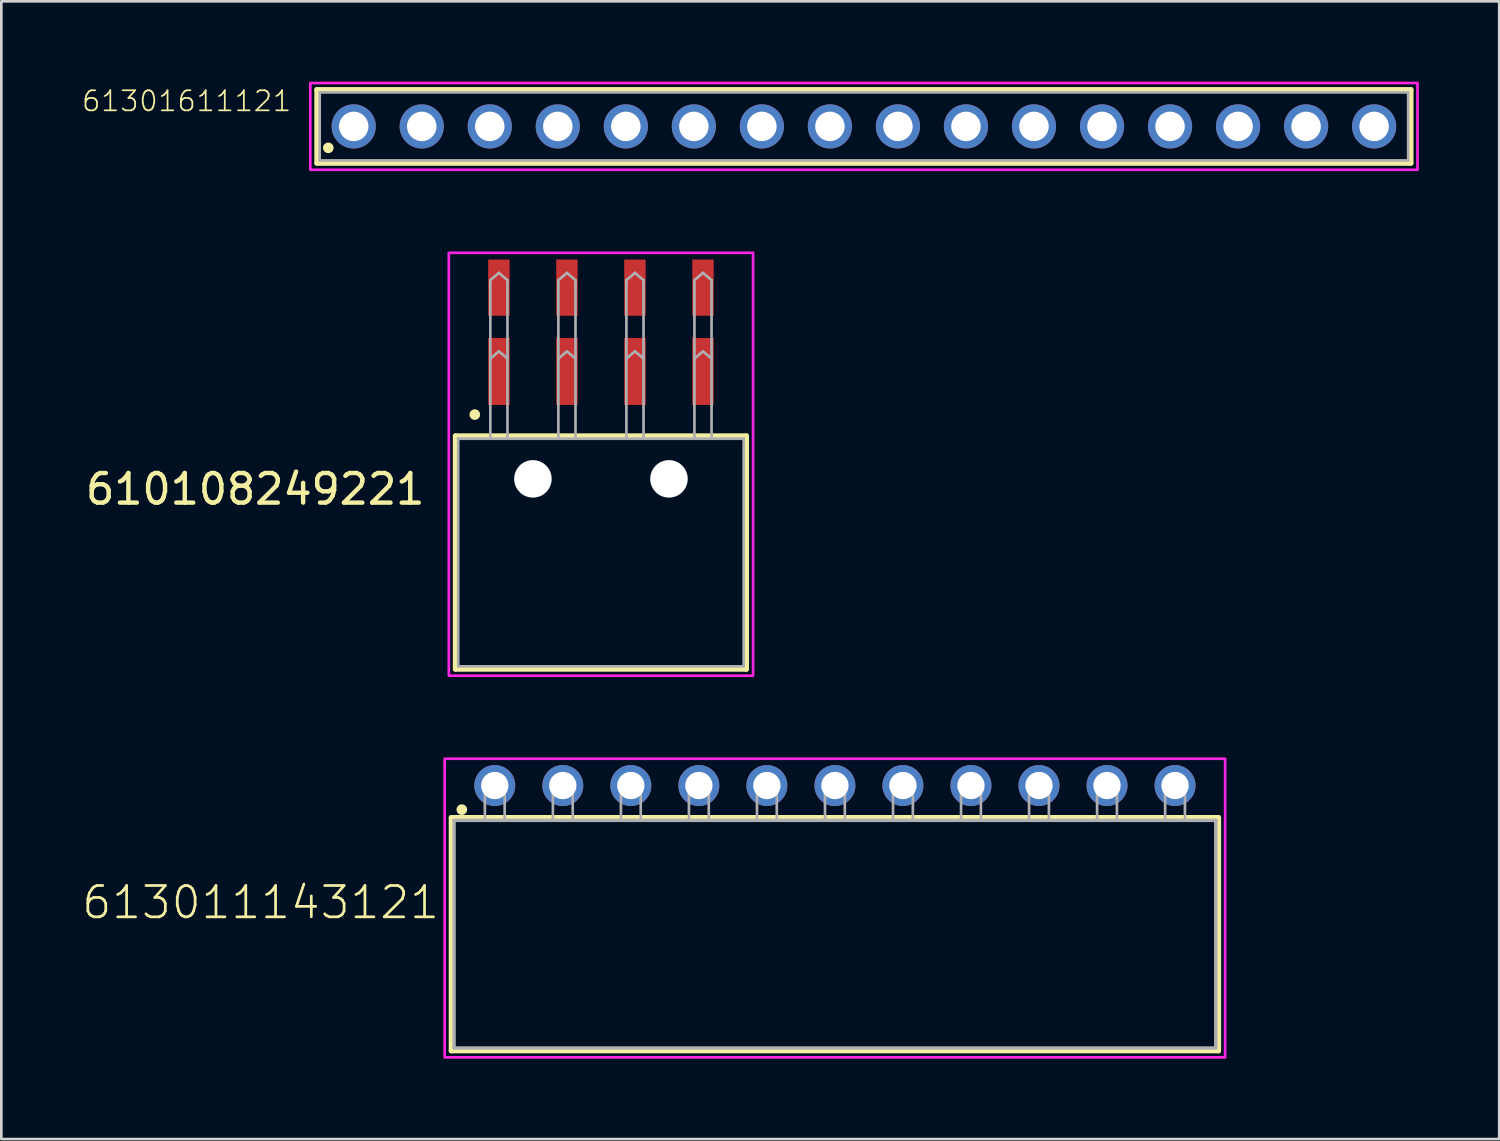
<source format=kicad_pcb>
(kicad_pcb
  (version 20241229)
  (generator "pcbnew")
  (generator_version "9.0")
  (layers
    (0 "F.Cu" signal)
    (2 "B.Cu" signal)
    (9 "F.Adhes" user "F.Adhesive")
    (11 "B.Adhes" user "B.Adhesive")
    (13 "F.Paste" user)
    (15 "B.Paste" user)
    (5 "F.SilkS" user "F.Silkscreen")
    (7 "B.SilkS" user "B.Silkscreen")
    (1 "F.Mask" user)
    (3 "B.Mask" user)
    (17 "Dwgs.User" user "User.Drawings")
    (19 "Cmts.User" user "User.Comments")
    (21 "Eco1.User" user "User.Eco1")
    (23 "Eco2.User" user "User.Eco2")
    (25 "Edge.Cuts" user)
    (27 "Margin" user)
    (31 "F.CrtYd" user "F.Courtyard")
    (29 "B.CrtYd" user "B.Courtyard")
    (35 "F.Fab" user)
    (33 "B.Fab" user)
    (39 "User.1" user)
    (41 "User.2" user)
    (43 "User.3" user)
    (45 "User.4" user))
  (footprint "610108249221"
    (layer "F.Cu")
    (at 19.388 17.58)
    (property "Reference" "610108249221" (at -6.486 -1.72 0) (unlocked yes) (layer "F.SilkS") (effects (font (size 1.105 1.105) (thickness 0.165)) (justify right bottom)))
    (fp_line (start -5.43 -4.35) (end 5.43 -4.35) (stroke (width 0.2) (type solid)) (layer "F.SilkS"))
    (fp_line (start -5.43 4.35) (end -5.43 -4.35) (stroke (width 0.2) (type solid)) (layer "F.SilkS"))
    (fp_line (start 5.43 -4.35) (end 5.43 4.35) (stroke (width 0.2) (type solid)) (layer "F.SilkS"))
    (fp_line (start 5.43 4.35) (end -5.43 4.35) (stroke (width 0.2) (type solid)) (layer "F.SilkS"))
    (fp_circle (center -4.71 -5.15) (end -4.61 -5.15) (stroke (width 0.2) (type solid)) (fill no) (layer "F.SilkS"))
    (fp_poly (pts (xy 5.68 4.6) (xy -5.68 4.6) (xy -5.68 -11.19) (xy 5.68 -11.19)) (stroke (width 0.1) (type default)) (fill no) (layer "F.CrtYd"))
    (fp_line (start -5.33 -4.25) (end -5.33 4.25) (stroke (width 0.1) (type solid)) (layer "F.Fab"))
    (fp_line (start -4.13 -10.17) (end -4.13 -4.25) (stroke (width 0.1) (type solid)) (layer "F.Fab"))
    (fp_line (start -4.13 -10.17) (end -3.81 -10.44) (stroke (width 0.1) (type solid)) (layer "F.Fab"))
    (fp_line (start -4.13 -7.24) (end -3.81 -7.51) (stroke (width 0.1) (type solid)) (layer "F.Fab"))
    (fp_line (start -4.13 -4.25) (end -5.33 -4.25) (stroke (width 0.1) (type solid)) (layer "F.Fab"))
    (fp_line (start -3.81 -10.44) (end -3.49 -10.17) (stroke (width 0.1) (type solid)) (layer "F.Fab"))
    (fp_line (start -3.81 -7.51) (end -3.49 -7.24) (stroke (width 0.1) (type solid)) (layer "F.Fab"))
    (fp_line (start -3.49 -10.17) (end -3.49 -4.25) (stroke (width 0.1) (type solid)) (layer "F.Fab"))
    (fp_line (start -3.49 -4.25) (end -4.13 -4.25) (stroke (width 0.1) (type solid)) (layer "F.Fab"))
    (fp_line (start -1.59 -10.17) (end -1.59 -4.25) (stroke (width 0.1) (type solid)) (layer "F.Fab"))
    (fp_line (start -1.59 -10.17) (end -1.27 -10.44) (stroke (width 0.1) (type solid)) (layer "F.Fab"))
    (fp_line (start -1.59 -7.24) (end -1.27 -7.51) (stroke (width 0.1) (type solid)) (layer "F.Fab"))
    (fp_line (start -1.27 -10.44) (end -0.95 -10.17) (stroke (width 0.1) (type solid)) (layer "F.Fab"))
    (fp_line (start -1.27 -7.51) (end -0.95 -7.24) (stroke (width 0.1) (type solid)) (layer "F.Fab"))
    (fp_line (start -0.95 -10.17) (end -0.95 -4.25) (stroke (width 0.1) (type solid)) (layer "F.Fab"))
    (fp_line (start 0.95 -10.17) (end 0.95 -4.25) (stroke (width 0.1) (type solid)) (layer "F.Fab"))
    (fp_line (start 0.95 -10.17) (end 1.27 -10.44) (stroke (width 0.1) (type solid)) (layer "F.Fab"))
    (fp_line (start 0.95 -7.24) (end 1.27 -7.51) (stroke (width 0.1) (type solid)) (layer "F.Fab"))
    (fp_line (start 1.27 -10.44) (end 1.59 -10.17) (stroke (width 0.1) (type solid)) (layer "F.Fab"))
    (fp_line (start 1.27 -7.51) (end 1.59 -7.24) (stroke (width 0.1) (type solid)) (layer "F.Fab"))
    (fp_line (start 1.59 -10.17) (end 1.59 -4.25) (stroke (width 0.1) (type solid)) (layer "F.Fab"))
    (fp_line (start 3.49 -10.17) (end 3.49 -4.25) (stroke (width 0.1) (type solid)) (layer "F.Fab"))
    (fp_line (start 3.49 -10.17) (end 3.81 -10.44) (stroke (width 0.1) (type solid)) (layer "F.Fab"))
    (fp_line (start 3.49 -7.24) (end 3.81 -7.51) (stroke (width 0.1) (type solid)) (layer "F.Fab"))
    (fp_line (start 3.81 -10.44) (end 4.13 -10.17) (stroke (width 0.1) (type solid)) (layer "F.Fab"))
    (fp_line (start 3.81 -7.51) (end 4.13 -7.24) (stroke (width 0.1) (type solid)) (layer "F.Fab"))
    (fp_line (start 4.13 -10.17) (end 4.13 -4.25) (stroke (width 0.1) (type solid)) (layer "F.Fab"))
    (fp_line (start 5.33 -4.25) (end -3.49 -4.25) (stroke (width 0.1) (type solid)) (layer "F.Fab"))
    (fp_line (start 5.33 -4.25) (end 5.33 4.25) (stroke (width 0.1) (type solid)) (layer "F.Fab"))
    (fp_line (start 5.33 4.25) (end -5.33 4.25) (stroke (width 0.1) (type solid)) (layer "F.Fab"))
    (pad "" np_thru_hole circle (at -2.54 -2.75) (size 1.4 1.4) (drill 1.4) (layers "*.Cu" "*.Mask"))
    (pad "" np_thru_hole circle (at 2.54 -2.75) (size 1.4 1.4) (drill 1.4) (layers "*.Cu" "*.Mask"))
    (pad "1" smd rect (at -3.81 -6.76 180) (size 0.8 2.5) (layers "F.Cu" "F.Mask" "F.Paste"))
    (pad "2" smd rect (at -3.81 -9.89 180) (size 0.8 2.1) (layers "F.Cu" "F.Mask" "F.Paste"))
    (pad "3" smd rect (at -1.27 -6.76 180) (size 0.8 2.5) (layers "F.Cu" "F.Mask" "F.Paste"))
    (pad "4" smd rect (at -1.27 -9.89 180) (size 0.8 2.1) (layers "F.Cu" "F.Mask" "F.Paste"))
    (pad "5" smd rect (at 1.27 -6.76 180) (size 0.8 2.5) (layers "F.Cu" "F.Mask" "F.Paste"))
    (pad "6" smd rect (at 1.27 -9.89 180) (size 0.8 2.1) (layers "F.Cu" "F.Mask" "F.Paste"))
    (pad "7" smd rect (at 3.81 -6.76 180) (size 0.8 2.5) (layers "F.Cu" "F.Mask" "F.Paste"))
    (pad "8" smd rect (at 3.81 -9.89 180) (size 0.8 2.1) (layers "F.Cu" "F.Mask" "F.Paste")))
  (footprint "613011143121"
    (layer "F.Cu")
    (at 28.124 31.83)
    (property "Reference" "613011143121" (at -14.7 -0.5 0) (unlocked yes) (layer "F.SilkS") (effects (font (size 1.168 1.168) (thickness 0.102)) (justify right bottom)))
    (fp_line (start -14.32 -4.35) (end 14.32 -4.35) (stroke (width 0.2) (type solid)) (layer "F.SilkS"))
    (fp_line (start -14.32 4.35) (end -14.32 -4.35) (stroke (width 0.2) (type solid)) (layer "F.SilkS"))
    (fp_line (start 14.32 -4.35) (end 14.32 4.35) (stroke (width 0.2) (type solid)) (layer "F.SilkS"))
    (fp_line (start 14.32 4.35) (end -14.32 4.35) (stroke (width 0.2) (type solid)) (layer "F.SilkS"))
    (fp_circle (center -13.93 -4.65) (end -13.83 -4.65) (stroke (width 0.2) (type solid)) (fill no) (layer "F.SilkS"))
    (fp_poly (pts (xy 14.57 4.6) (xy -14.57 4.6) (xy -14.57 -6.55) (xy 14.57 -6.55)) (stroke (width 0.1) (type default)) (fill no) (layer "F.CrtYd"))
    (fp_line (start -14.22 4.25) (end -14.22 -4.25) (stroke (width 0.127) (type solid)) (layer "F.Fab"))
    (fp_line (start -13.07 -5.35) (end -13.07 -4.25) (stroke (width 0.1) (type solid)) (layer "F.Fab"))
    (fp_line (start -13.07 -5.35) (end -12.33 -5.35) (stroke (width 0.1) (type solid)) (layer "F.Fab"))
    (fp_line (start -13.07 -4.25) (end -14.22 -4.25) (stroke (width 0.127) (type solid)) (layer "F.Fab"))
    (fp_line (start -12.33 -5.35) (end -12.33 -4.25) (stroke (width 0.1) (type solid)) (layer "F.Fab"))
    (fp_line (start -12.33 -4.25) (end -13.07 -4.25) (stroke (width 0.127) (type solid)) (layer "F.Fab"))
    (fp_line (start -10.53 -5.35) (end -10.53 -4.25) (stroke (width 0.1) (type solid)) (layer "F.Fab"))
    (fp_line (start -10.53 -5.35) (end -9.79 -5.35) (stroke (width 0.1) (type solid)) (layer "F.Fab"))
    (fp_line (start -9.79 -5.35) (end -9.79 -4.25) (stroke (width 0.1) (type solid)) (layer "F.Fab"))
    (fp_line (start -7.99 -5.35) (end -7.99 -4.25) (stroke (width 0.1) (type solid)) (layer "F.Fab"))
    (fp_line (start -7.99 -5.35) (end -7.25 -5.35) (stroke (width 0.1) (type solid)) (layer "F.Fab"))
    (fp_line (start -7.25 -5.35) (end -7.25 -4.25) (stroke (width 0.1) (type solid)) (layer "F.Fab"))
    (fp_line (start -5.45 -5.35) (end -5.45 -4.25) (stroke (width 0.1) (type solid)) (layer "F.Fab"))
    (fp_line (start -5.45 -5.35) (end -4.71 -5.35) (stroke (width 0.1) (type solid)) (layer "F.Fab"))
    (fp_line (start -4.71 -5.35) (end -4.71 -4.25) (stroke (width 0.1) (type solid)) (layer "F.Fab"))
    (fp_line (start -2.91 -5.35) (end -2.91 -4.25) (stroke (width 0.1) (type solid)) (layer "F.Fab"))
    (fp_line (start -2.91 -5.35) (end -2.17 -5.35) (stroke (width 0.1) (type solid)) (layer "F.Fab"))
    (fp_line (start -2.17 -5.35) (end -2.17 -4.25) (stroke (width 0.1) (type solid)) (layer "F.Fab"))
    (fp_line (start -0.37 -5.35) (end -0.37 -4.25) (stroke (width 0.1) (type solid)) (layer "F.Fab"))
    (fp_line (start -0.37 -5.35) (end 0.37 -5.35) (stroke (width 0.1) (type solid)) (layer "F.Fab"))
    (fp_line (start 0.37 -5.35) (end 0.37 -4.25) (stroke (width 0.1) (type solid)) (layer "F.Fab"))
    (fp_line (start 2.17 -5.35) (end 2.17 -4.25) (stroke (width 0.1) (type solid)) (layer "F.Fab"))
    (fp_line (start 2.17 -5.35) (end 2.91 -5.35) (stroke (width 0.1) (type solid)) (layer "F.Fab"))
    (fp_line (start 2.91 -5.35) (end 2.91 -4.25) (stroke (width 0.1) (type solid)) (layer "F.Fab"))
    (fp_line (start 4.71 -5.35) (end 4.71 -4.25) (stroke (width 0.1) (type solid)) (layer "F.Fab"))
    (fp_line (start 4.71 -5.35) (end 5.45 -5.35) (stroke (width 0.1) (type solid)) (layer "F.Fab"))
    (fp_line (start 5.45 -5.35) (end 5.45 -4.25) (stroke (width 0.1) (type solid)) (layer "F.Fab"))
    (fp_line (start 7.25 -5.35) (end 7.25 -4.25) (stroke (width 0.1) (type solid)) (layer "F.Fab"))
    (fp_line (start 7.25 -5.35) (end 7.99 -5.35) (stroke (width 0.1) (type solid)) (layer "F.Fab"))
    (fp_line (start 7.99 -5.35) (end 7.99 -4.25) (stroke (width 0.1) (type solid)) (layer "F.Fab"))
    (fp_line (start 9.79 -5.35) (end 9.79 -4.25) (stroke (width 0.1) (type solid)) (layer "F.Fab"))
    (fp_line (start 9.79 -5.35) (end 10.53 -5.35) (stroke (width 0.1) (type solid)) (layer "F.Fab"))
    (fp_line (start 10.53 -5.35) (end 10.53 -4.25) (stroke (width 0.1) (type solid)) (layer "F.Fab"))
    (fp_line (start 12.33 -5.35) (end 12.33 -4.25) (stroke (width 0.1) (type solid)) (layer "F.Fab"))
    (fp_line (start 12.33 -5.35) (end 13.07 -5.35) (stroke (width 0.1) (type solid)) (layer "F.Fab"))
    (fp_line (start 13.07 -5.35) (end 13.07 -4.25) (stroke (width 0.1) (type solid)) (layer "F.Fab"))
    (fp_line (start 14.22 -4.25) (end -12.33 -4.25) (stroke (width 0.127) (type solid)) (layer "F.Fab"))
    (fp_line (start 14.22 4.25) (end -14.22 4.25) (stroke (width 0.127) (type solid)) (layer "F.Fab"))
    (fp_line (start 14.22 4.25) (end 14.22 -4.25) (stroke (width 0.127) (type solid)) (layer "F.Fab"))
    (pad "1" thru_hole circle (at -12.7 -5.55 180) (size 1.53 1.53) (drill 1.02) (layers "*.Cu" "*.Mask"))
    (pad "2" thru_hole circle (at -10.16 -5.55 180) (size 1.53 1.53) (drill 1.02) (layers "*.Cu" "*.Mask"))
    (pad "3" thru_hole circle (at -7.62 -5.55 180) (size 1.53 1.53) (drill 1.02) (layers "*.Cu" "*.Mask"))
    (pad "4" thru_hole circle (at -5.08 -5.55 180) (size 1.53 1.53) (drill 1.02) (layers "*.Cu" "*.Mask"))
    (pad "5" thru_hole circle (at -2.54 -5.55 180) (size 1.53 1.53) (drill 1.02) (layers "*.Cu" "*.Mask"))
    (pad "6" thru_hole circle (at 0 -5.55 180) (size 1.53 1.53) (drill 1.02) (layers "*.Cu" "*.Mask"))
    (pad "7" thru_hole circle (at 2.54 -5.55 180) (size 1.53 1.53) (drill 1.02) (layers "*.Cu" "*.Mask"))
    (pad "8" thru_hole circle (at 5.08 -5.55 180) (size 1.53 1.53) (drill 1.02) (layers "*.Cu" "*.Mask"))
    (pad "9" thru_hole circle (at 7.62 -5.55 180) (size 1.53 1.53) (drill 1.02) (layers "*.Cu" "*.Mask"))
    (pad "10" thru_hole circle (at 10.16 -5.55 180) (size 1.53 1.53) (drill 1.02) (layers "*.Cu" "*.Mask"))
    (pad "11" thru_hole circle (at 12.7 -5.55 180) (size 1.53 1.53) (drill 1.02) (layers "*.Cu" "*.Mask")))
  (footprint "61301611121"
    (layer "F.Cu")
    (at 29.207 1.67)
    (property "Reference" "61301611121" (at -21.328 -0.506 0) (unlocked yes) (layer "F.SilkS") (effects (font (size 0.748 0.748) (thickness 0.065)) (justify right bottom)))
    (fp_line (start -20.42 -1.37) (end 20.42 -1.37) (stroke (width 0.2) (type solid)) (layer "F.SilkS"))
    (fp_line (start -20.42 1.37) (end -20.42 -1.37) (stroke (width 0.2) (type solid)) (layer "F.SilkS"))
    (fp_line (start 20.42 -1.37) (end 20.42 1.37) (stroke (width 0.2) (type solid)) (layer "F.SilkS"))
    (fp_line (start 20.42 1.37) (end -20.42 1.37) (stroke (width 0.2) (type solid)) (layer "F.SilkS"))
    (fp_circle (center -20 0.8) (end -19.9 0.8) (stroke (width 0.2) (type solid)) (fill no) (layer "F.SilkS"))
    (fp_poly (pts (xy 20.67 1.62) (xy -20.67 1.62) (xy -20.67 -1.62) (xy 20.67 -1.62)) (stroke (width 0.1) (type default)) (fill no) (layer "F.CrtYd"))
    (fp_line (start -20.32 -1.27) (end -20.32 1.27) (stroke (width 0.1) (type solid)) (layer "F.Fab"))
    (fp_line (start -20.32 1.27) (end 20.32 1.27) (stroke (width 0.1) (type solid)) (layer "F.Fab"))
    (fp_line (start 20.32 -1.27) (end -20.32 -1.27) (stroke (width 0.1) (type solid)) (layer "F.Fab"))
    (fp_line (start 20.32 1.27) (end 20.32 -1.27) (stroke (width 0.1) (type solid)) (layer "F.Fab"))
    (pad "1" thru_hole circle (at -19.05 0) (size 1.65 1.65) (drill 1.1) (layers "*.Cu" "*.Mask"))
    (pad "2" thru_hole circle (at -16.51 0) (size 1.65 1.65) (drill 1.1) (layers "*.Cu" "*.Mask"))
    (pad "3" thru_hole circle (at -13.97 0) (size 1.65 1.65) (drill 1.1) (layers "*.Cu" "*.Mask"))
    (pad "4" thru_hole circle (at -11.43 0) (size 1.65 1.65) (drill 1.1) (layers "*.Cu" "*.Mask"))
    (pad "5" thru_hole circle (at -8.89 0) (size 1.65 1.65) (drill 1.1) (layers "*.Cu" "*.Mask"))
    (pad "6" thru_hole circle (at -6.35 0) (size 1.65 1.65) (drill 1.1) (layers "*.Cu" "*.Mask"))
    (pad "7" thru_hole circle (at -3.81 0) (size 1.65 1.65) (drill 1.1) (layers "*.Cu" "*.Mask"))
    (pad "8" thru_hole circle (at -1.27 0) (size 1.65 1.65) (drill 1.1) (layers "*.Cu" "*.Mask"))
    (pad "9" thru_hole circle (at 1.27 0) (size 1.65 1.65) (drill 1.1) (layers "*.Cu" "*.Mask"))
    (pad "10" thru_hole circle (at 3.81 0) (size 1.65 1.65) (drill 1.1) (layers "*.Cu" "*.Mask"))
    (pad "11" thru_hole circle (at 6.35 0) (size 1.65 1.65) (drill 1.1) (layers "*.Cu" "*.Mask"))
    (pad "12" thru_hole circle (at 8.89 0) (size 1.65 1.65) (drill 1.1) (layers "*.Cu" "*.Mask"))
    (pad "13" thru_hole circle (at 11.43 0) (size 1.65 1.65) (drill 1.1) (layers "*.Cu" "*.Mask"))
    (pad "14" thru_hole circle (at 13.97 0) (size 1.65 1.65) (drill 1.1) (layers "*.Cu" "*.Mask"))
    (pad "15" thru_hole circle (at 16.51 0) (size 1.65 1.65) (drill 1.1) (layers "*.Cu" "*.Mask"))
    (pad "16" thru_hole circle (at 19.05 0) (size 1.65 1.65) (drill 1.1) (layers "*.Cu" "*.Mask")))
  (gr_rect
    (start -3 -3)
    (end 52.927 39.48)
    (stroke (width 0.1) (type default))
    (fill no)
    (layer "Edge.Cuts")))
</source>
